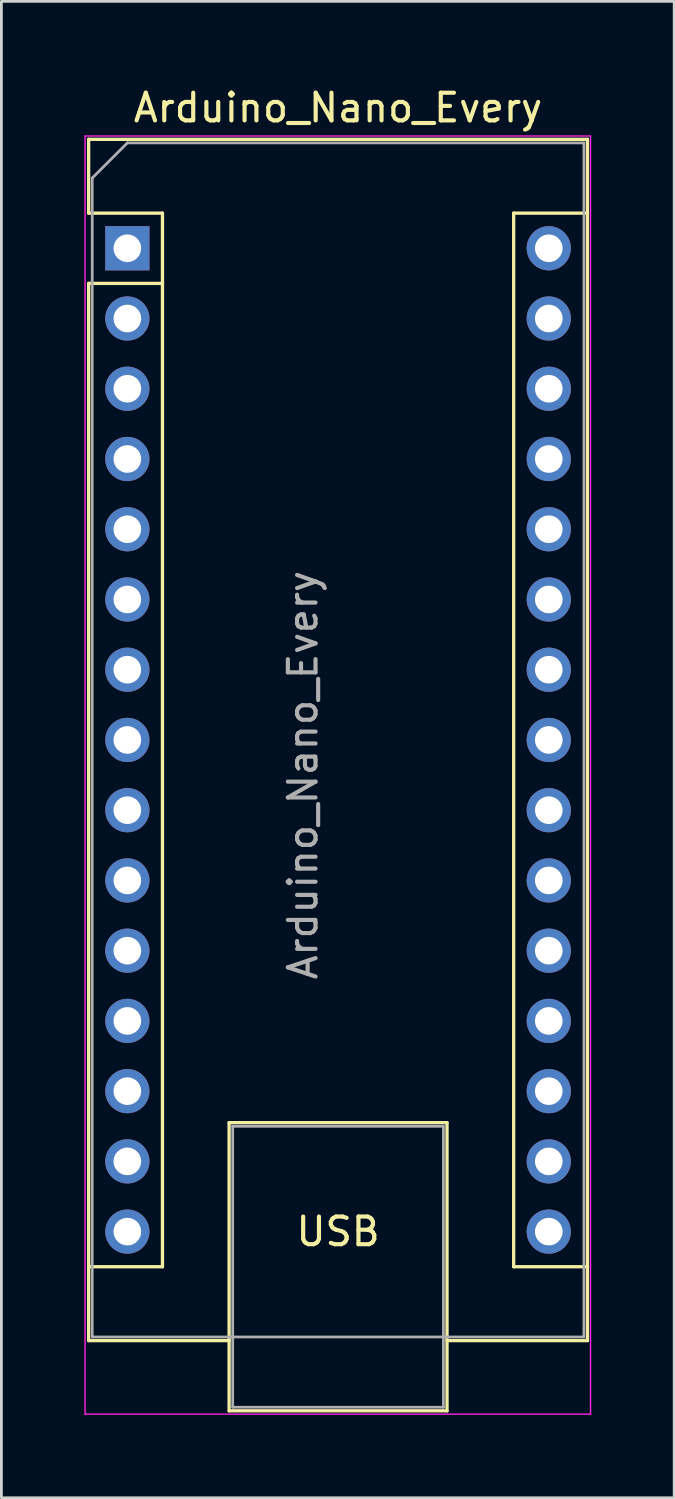
<source format=kicad_pcb>
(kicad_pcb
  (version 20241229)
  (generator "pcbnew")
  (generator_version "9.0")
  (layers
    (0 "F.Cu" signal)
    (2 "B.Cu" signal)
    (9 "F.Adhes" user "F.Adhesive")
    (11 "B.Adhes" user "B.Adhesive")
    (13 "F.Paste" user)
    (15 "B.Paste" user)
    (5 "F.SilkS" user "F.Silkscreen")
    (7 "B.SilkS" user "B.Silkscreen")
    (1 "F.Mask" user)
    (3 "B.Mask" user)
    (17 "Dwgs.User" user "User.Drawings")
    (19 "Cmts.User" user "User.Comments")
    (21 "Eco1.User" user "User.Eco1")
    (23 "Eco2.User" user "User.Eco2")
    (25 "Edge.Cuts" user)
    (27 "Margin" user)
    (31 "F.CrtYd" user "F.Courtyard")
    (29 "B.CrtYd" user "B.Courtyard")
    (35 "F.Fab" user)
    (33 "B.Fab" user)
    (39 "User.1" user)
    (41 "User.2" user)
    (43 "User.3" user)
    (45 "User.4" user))
  (footprint "Arduino_Nano_Every"
    (layer "F.Cu")
    (at 1.555 5.928)
    (property "Reference" "Arduino_Nano_Every" (at 7.62 -5.08 0) (layer "F.SilkS") (effects (font (size 1 1) (thickness 0.15))))
    (attr through_hole)
    (fp_line (start -1.4 -3.94) (end -1.4 -1.27) (stroke (width 0.12) (type solid)) (layer "F.SilkS"))
    (fp_line (start -1.4 1.27) (end -1.4 39.5) (stroke (width 0.12) (type solid)) (layer "F.SilkS"))
    (fp_line (start -1.4 39.5) (end 3.68 39.5) (stroke (width 0.12) (type solid)) (layer "F.SilkS"))
    (fp_line (start 1.27 -1.27) (end -1.4 -1.27) (stroke (width 0.12) (type solid)) (layer "F.SilkS"))
    (fp_line (start 1.27 1.27) (end -1.4 1.27) (stroke (width 0.12) (type solid)) (layer "F.SilkS"))
    (fp_line (start 1.27 1.27) (end 1.27 -1.27) (stroke (width 0.12) (type solid)) (layer "F.SilkS"))
    (fp_line (start 1.27 1.27) (end 1.27 36.83) (stroke (width 0.12) (type solid)) (layer "F.SilkS"))
    (fp_line (start 1.27 36.83) (end -1.4 36.83) (stroke (width 0.12) (type solid)) (layer "F.SilkS"))
    (fp_line (start 3.68 31.62) (end 11.56 31.62) (stroke (width 0.12) (type solid)) (layer "F.SilkS"))
    (fp_line (start 3.68 42.04) (end 3.68 31.62) (stroke (width 0.12) (type solid)) (layer "F.SilkS"))
    (fp_line (start 11.56 31.62) (end 11.56 42.04) (stroke (width 0.12) (type solid)) (layer "F.SilkS"))
    (fp_line (start 11.56 42.04) (end 3.68 42.04) (stroke (width 0.12) (type solid)) (layer "F.SilkS"))
    (fp_line (start 13.97 -1.27) (end 13.97 36.83) (stroke (width 0.12) (type solid)) (layer "F.SilkS"))
    (fp_line (start 13.97 -1.27) (end 16.64 -1.27) (stroke (width 0.12) (type solid)) (layer "F.SilkS"))
    (fp_line (start 13.97 36.83) (end 16.64 36.83) (stroke (width 0.12) (type solid)) (layer "F.SilkS"))
    (fp_line (start 16.64 -3.94) (end -1.4 -3.94) (stroke (width 0.12) (type solid)) (layer "F.SilkS"))
    (fp_line (start 16.64 39.5) (end 11.56 39.5) (stroke (width 0.12) (type solid)) (layer "F.SilkS"))
    (fp_line (start 16.64 39.5) (end 16.64 -3.94) (stroke (width 0.12) (type solid)) (layer "F.SilkS"))
    (fp_line (start -1.53 -4.06) (end -1.53 42.16) (stroke (width 0.05) (type solid)) (layer "F.CrtYd"))
    (fp_line (start -1.53 -4.06) (end 16.75 -4.06) (stroke (width 0.05) (type solid)) (layer "F.CrtYd"))
    (fp_line (start 16.75 42.16) (end -1.53 42.16) (stroke (width 0.05) (type solid)) (layer "F.CrtYd"))
    (fp_line (start 16.75 42.16) (end 16.75 -4.06) (stroke (width 0.05) (type solid)) (layer "F.CrtYd"))
    (fp_line (start -1.27 -2.54) (end 0 -3.81) (stroke (width 0.1) (type solid)) (layer "F.Fab"))
    (fp_line (start -1.27 39.37) (end -1.27 -2.54) (stroke (width 0.1) (type solid)) (layer "F.Fab"))
    (fp_line (start 0 -3.81) (end 16.51 -3.81) (stroke (width 0.1) (type solid)) (layer "F.Fab"))
    (fp_line (start 3.81 31.75) (end 11.43 31.75) (stroke (width 0.1) (type solid)) (layer "F.Fab"))
    (fp_line (start 3.81 41.91) (end 3.81 31.75) (stroke (width 0.1) (type solid)) (layer "F.Fab"))
    (fp_line (start 11.43 31.75) (end 11.43 41.91) (stroke (width 0.1) (type solid)) (layer "F.Fab"))
    (fp_line (start 11.43 41.91) (end 3.81 41.91) (stroke (width 0.1) (type solid)) (layer "F.Fab"))
    (fp_line (start 16.51 -3.81) (end 16.51 39.37) (stroke (width 0.1) (type solid)) (layer "F.Fab"))
    (fp_line (start 16.51 39.37) (end -1.27 39.37) (stroke (width 0.1) (type solid)) (layer "F.Fab"))
    (fp_text user "USB" (at 7.62 35.56 0) (unlocked yes) (layer "F.SilkS") (effects (font (size 1 1) (thickness 0.15))))
    (fp_text user "${REFERENCE}" (at 6.35 19.05 90) (layer "F.Fab") (effects (font (size 1 1) (thickness 0.15))))
    (pad "1" thru_hole rect (at 0 0) (size 1.6 1.6) (drill 1) (layers "*.Cu" "*.Mask"))
    (pad "2" thru_hole oval (at 0 2.54) (size 1.6 1.6) (drill 1) (layers "*.Cu" "*.Mask"))
    (pad "3" thru_hole oval (at 0 5.08) (size 1.6 1.6) (drill 1) (layers "*.Cu" "*.Mask"))
    (pad "4" thru_hole oval (at 0 7.62) (size 1.6 1.6) (drill 1) (layers "*.Cu" "*.Mask"))
    (pad "5" thru_hole oval (at 0 10.16) (size 1.6 1.6) (drill 1) (layers "*.Cu" "*.Mask"))
    (pad "6" thru_hole oval (at 0 12.7) (size 1.6 1.6) (drill 1) (layers "*.Cu" "*.Mask"))
    (pad "7" thru_hole oval (at 0 15.24) (size 1.6 1.6) (drill 1) (layers "*.Cu" "*.Mask"))
    (pad "8" thru_hole oval (at 0 17.78) (size 1.6 1.6) (drill 1) (layers "*.Cu" "*.Mask"))
    (pad "9" thru_hole oval (at 0 20.32) (size 1.6 1.6) (drill 1) (layers "*.Cu" "*.Mask"))
    (pad "10" thru_hole oval (at 0 22.86) (size 1.6 1.6) (drill 1) (layers "*.Cu" "*.Mask"))
    (pad "11" thru_hole oval (at 0 25.4) (size 1.6 1.6) (drill 1) (layers "*.Cu" "*.Mask"))
    (pad "12" thru_hole oval (at 0 27.94) (size 1.6 1.6) (drill 1) (layers "*.Cu" "*.Mask"))
    (pad "13" thru_hole oval (at 0 30.48) (size 1.6 1.6) (drill 1) (layers "*.Cu" "*.Mask"))
    (pad "14" thru_hole oval (at 0 33.02) (size 1.6 1.6) (drill 1) (layers "*.Cu" "*.Mask"))
    (pad "15" thru_hole oval (at 0 35.56) (size 1.6 1.6) (drill 1) (layers "*.Cu" "*.Mask"))
    (pad "16" thru_hole oval (at 15.24 35.56) (size 1.6 1.6) (drill 1) (layers "*.Cu" "*.Mask"))
    (pad "17" thru_hole oval (at 15.24 33.02) (size 1.6 1.6) (drill 1) (layers "*.Cu" "*.Mask"))
    (pad "18" thru_hole oval (at 15.24 30.48) (size 1.6 1.6) (drill 1) (layers "*.Cu" "*.Mask"))
    (pad "19" thru_hole oval (at 15.24 27.94) (size 1.6 1.6) (drill 1) (layers "*.Cu" "*.Mask"))
    (pad "20" thru_hole oval (at 15.24 25.4) (size 1.6 1.6) (drill 1) (layers "*.Cu" "*.Mask"))
    (pad "21" thru_hole oval (at 15.24 22.86) (size 1.6 1.6) (drill 1) (layers "*.Cu" "*.Mask"))
    (pad "22" thru_hole oval (at 15.24 20.32) (size 1.6 1.6) (drill 1) (layers "*.Cu" "*.Mask"))
    (pad "23" thru_hole oval (at 15.24 17.78) (size 1.6 1.6) (drill 1) (layers "*.Cu" "*.Mask"))
    (pad "24" thru_hole oval (at 15.24 15.24) (size 1.6 1.6) (drill 1) (layers "*.Cu" "*.Mask"))
    (pad "25" thru_hole oval (at 15.24 12.7) (size 1.6 1.6) (drill 1) (layers "*.Cu" "*.Mask"))
    (pad "26" thru_hole oval (at 15.24 10.16) (size 1.6 1.6) (drill 1) (layers "*.Cu" "*.Mask"))
    (pad "27" thru_hole oval (at 15.24 7.62) (size 1.6 1.6) (drill 1) (layers "*.Cu" "*.Mask"))
    (pad "28" thru_hole oval (at 15.24 5.08) (size 1.6 1.6) (drill 1) (layers "*.Cu" "*.Mask"))
    (pad "29" thru_hole oval (at 15.24 2.54) (size 1.6 1.6) (drill 1) (layers "*.Cu" "*.Mask"))
    (pad "30" thru_hole oval (at 15.24 0) (size 1.6 1.6) (drill 1) (layers "*.Cu" "*.Mask")))
  (gr_rect
    (start -3 -3)
    (end 21.33 51.113)
    (stroke (width 0.1) (type default))
    (fill no)
    (layer "Edge.Cuts")))
</source>
